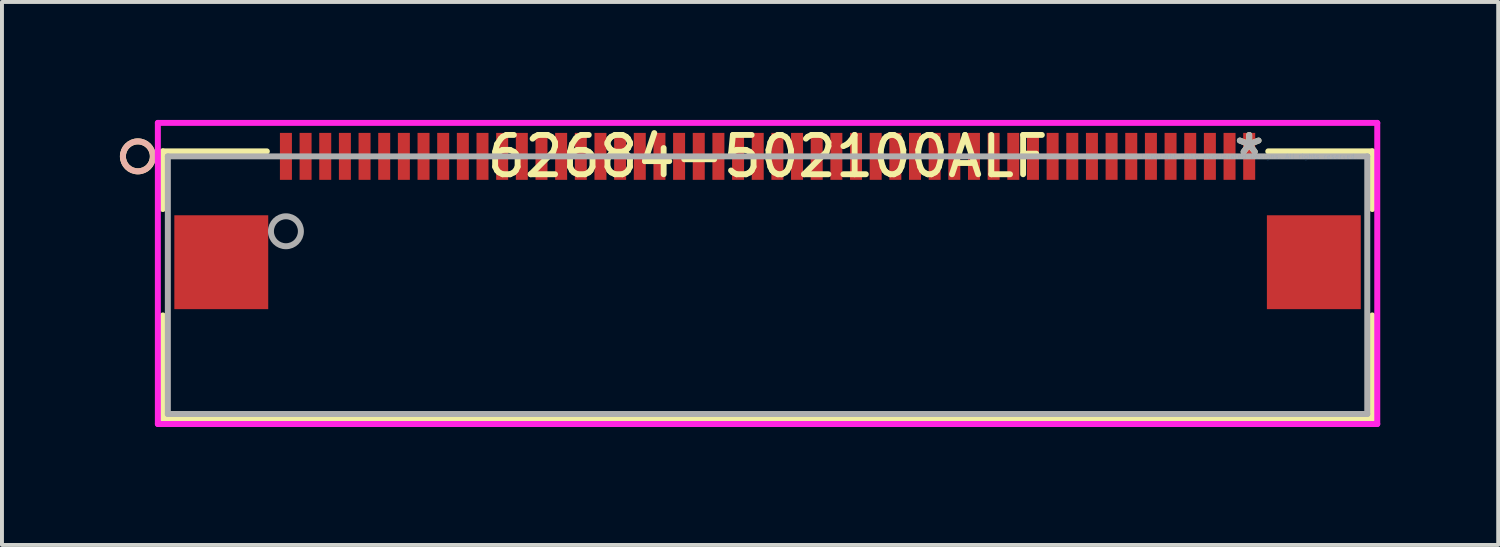
<source format=kicad_pcb>
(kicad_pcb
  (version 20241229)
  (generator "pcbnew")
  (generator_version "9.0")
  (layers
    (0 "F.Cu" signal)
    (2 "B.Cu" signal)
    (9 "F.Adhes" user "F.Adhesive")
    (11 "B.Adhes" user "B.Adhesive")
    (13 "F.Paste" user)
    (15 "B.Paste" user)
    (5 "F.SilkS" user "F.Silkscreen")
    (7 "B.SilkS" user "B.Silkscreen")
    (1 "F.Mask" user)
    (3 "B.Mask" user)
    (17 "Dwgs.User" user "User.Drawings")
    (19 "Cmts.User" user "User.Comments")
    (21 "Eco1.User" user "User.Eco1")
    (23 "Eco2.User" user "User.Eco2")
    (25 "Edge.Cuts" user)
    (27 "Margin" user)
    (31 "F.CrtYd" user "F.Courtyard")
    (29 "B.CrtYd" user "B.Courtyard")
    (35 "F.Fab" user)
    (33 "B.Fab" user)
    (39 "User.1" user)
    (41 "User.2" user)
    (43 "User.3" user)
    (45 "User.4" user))
  (footprint "62684-502100ALF"
    (layer "F.Cu")
    (at 28.722 0.927)
    (property "Reference" "62684-502100ALF" (at -12.25 0 0) (layer "F.SilkS") (effects (font (size 1 1) (thickness 0.15))))
    (attr through_hole)
    (fp_line (start -27.63 -0.127) (end -27.63 1.339) (stroke (width 0.152) (type solid)) (layer "F.SilkS"))
    (fp_line (start -27.63 4.046) (end -27.63 6.68) (stroke (width 0.152) (type solid)) (layer "F.SilkS"))
    (fp_line (start -27.63 6.68) (end 3.13 6.68) (stroke (width 0.152) (type solid)) (layer "F.SilkS"))
    (fp_line (start -24.985 -0.127) (end -27.63 -0.127) (stroke (width 0.152) (type solid)) (layer "F.SilkS"))
    (fp_line (start 3.13 -0.127) (end 0.485 -0.127) (stroke (width 0.152) (type solid)) (layer "F.SilkS"))
    (fp_line (start 3.13 1.339) (end 3.13 -0.127) (stroke (width 0.152) (type solid)) (layer "F.SilkS"))
    (fp_line (start 3.13 6.68) (end 3.13 4.046) (stroke (width 0.152) (type solid)) (layer "F.SilkS"))
    (fp_circle (center -28.265 0) (end -27.884 0) (stroke (width 0.152) (type solid)) (fill no) (layer "F.SilkS"))
    (fp_circle (center -28.265 0) (end -27.884 0) (stroke (width 0.152) (type solid)) (fill no) (layer "B.SilkS"))
    (fp_line (start -27.757 -0.851) (end -27.757 6.807) (stroke (width 0.152) (type solid)) (layer "F.CrtYd"))
    (fp_line (start -27.757 6.807) (end 3.257 6.807) (stroke (width 0.152) (type solid)) (layer "F.CrtYd"))
    (fp_line (start 3.257 -0.851) (end -27.757 -0.851) (stroke (width 0.152) (type solid)) (layer "F.CrtYd"))
    (fp_line (start 3.257 6.807) (end 3.257 -0.851) (stroke (width 0.152) (type solid)) (layer "F.CrtYd"))
    (fp_line (start -27.503 0) (end -27.503 6.553) (stroke (width 0.152) (type solid)) (layer "F.Fab"))
    (fp_line (start -27.503 6.553) (end 3.003 6.553) (stroke (width 0.152) (type solid)) (layer "F.Fab"))
    (fp_line (start 3.003 0) (end -27.503 0) (stroke (width 0.152) (type solid)) (layer "F.Fab"))
    (fp_line (start 3.003 6.553) (end 3.003 0) (stroke (width 0.152) (type solid)) (layer "F.Fab"))
    (fp_circle (center -24.5 1.905) (end -24.119 1.905) (stroke (width 0.152) (type solid)) (fill no) (layer "F.Fab"))
    (fp_text user "*" (at 0 0 0) (layer "F.SilkS") (effects (font (size 1 1) (thickness 0.15))))
    (fp_text user "Copyright 2016 Accelerated Designs. All rights reserved." (at 0 0 0) (layer "Cmts.User") (effects (font (size 0.127 0.127) (thickness 0.002))))
    (fp_text user "*" (at 0 0 0) (layer "F.Fab") (effects (font (size 1 1) (thickness 0.15))))
    (pad "1" smd rect (at -24.5 0) (size 0.305 1.194) (layers "F.Cu" "F.Mask" "F.Paste"))
    (pad "2" smd rect (at -24 0) (size 0.305 1.194) (layers "F.Cu" "F.Mask" "F.Paste"))
    (pad "3" smd rect (at -23.5 0) (size 0.305 1.194) (layers "F.Cu" "F.Mask" "F.Paste"))
    (pad "4" smd rect (at -23 0) (size 0.305 1.194) (layers "F.Cu" "F.Mask" "F.Paste"))
    (pad "5" smd rect (at -22.5 0) (size 0.305 1.194) (layers "F.Cu" "F.Mask" "F.Paste"))
    (pad "6" smd rect (at -22 0) (size 0.305 1.194) (layers "F.Cu" "F.Mask" "F.Paste"))
    (pad "7" smd rect (at -21.5 0) (size 0.305 1.194) (layers "F.Cu" "F.Mask" "F.Paste"))
    (pad "8" smd rect (at -21 0) (size 0.305 1.194) (layers "F.Cu" "F.Mask" "F.Paste"))
    (pad "9" smd rect (at -20.5 0) (size 0.305 1.194) (layers "F.Cu" "F.Mask" "F.Paste"))
    (pad "10" smd rect (at -20 0) (size 0.305 1.194) (layers "F.Cu" "F.Mask" "F.Paste"))
    (pad "11" smd rect (at -19.5 0) (size 0.305 1.194) (layers "F.Cu" "F.Mask" "F.Paste"))
    (pad "12" smd rect (at -19 0) (size 0.305 1.194) (layers "F.Cu" "F.Mask" "F.Paste"))
    (pad "13" smd rect (at -18.5 0) (size 0.305 1.194) (layers "F.Cu" "F.Mask" "F.Paste"))
    (pad "14" smd rect (at -18 0) (size 0.305 1.194) (layers "F.Cu" "F.Mask" "F.Paste"))
    (pad "15" smd rect (at -17.5 0) (size 0.305 1.194) (layers "F.Cu" "F.Mask" "F.Paste"))
    (pad "16" smd rect (at -17 0) (size 0.305 1.194) (layers "F.Cu" "F.Mask" "F.Paste"))
    (pad "17" smd rect (at -16.5 0) (size 0.305 1.194) (layers "F.Cu" "F.Mask" "F.Paste"))
    (pad "18" smd rect (at -16 0) (size 0.305 1.194) (layers "F.Cu" "F.Mask" "F.Paste"))
    (pad "19" smd rect (at -15.5 0) (size 0.305 1.194) (layers "F.Cu" "F.Mask" "F.Paste"))
    (pad "20" smd rect (at -15 0) (size 0.305 1.194) (layers "F.Cu" "F.Mask" "F.Paste"))
    (pad "21" smd rect (at -14.5 0) (size 0.305 1.194) (layers "F.Cu" "F.Mask" "F.Paste"))
    (pad "22" smd rect (at -14 0) (size 0.305 1.194) (layers "F.Cu" "F.Mask" "F.Paste"))
    (pad "23" smd rect (at -13.5 0) (size 0.305 1.194) (layers "F.Cu" "F.Mask" "F.Paste"))
    (pad "24" smd rect (at -13 0) (size 0.305 1.194) (layers "F.Cu" "F.Mask" "F.Paste"))
    (pad "25" smd rect (at -12.5 0) (size 0.305 1.194) (layers "F.Cu" "F.Mask" "F.Paste"))
    (pad "26" smd rect (at -12 0) (size 0.305 1.194) (layers "F.Cu" "F.Mask" "F.Paste"))
    (pad "27" smd rect (at -11.5 0) (size 0.305 1.194) (layers "F.Cu" "F.Mask" "F.Paste"))
    (pad "28" smd rect (at -11 0) (size 0.305 1.194) (layers "F.Cu" "F.Mask" "F.Paste"))
    (pad "29" smd rect (at -10.5 0) (size 0.305 1.194) (layers "F.Cu" "F.Mask" "F.Paste"))
    (pad "30" smd rect (at -10 0) (size 0.305 1.194) (layers "F.Cu" "F.Mask" "F.Paste"))
    (pad "31" smd rect (at -9.5 0) (size 0.305 1.194) (layers "F.Cu" "F.Mask" "F.Paste"))
    (pad "32" smd rect (at -9 0) (size 0.305 1.194) (layers "F.Cu" "F.Mask" "F.Paste"))
    (pad "33" smd rect (at -8.5 0) (size 0.305 1.194) (layers "F.Cu" "F.Mask" "F.Paste"))
    (pad "34" smd rect (at -8 0) (size 0.305 1.194) (layers "F.Cu" "F.Mask" "F.Paste"))
    (pad "35" smd rect (at -7.5 0) (size 0.305 1.194) (layers "F.Cu" "F.Mask" "F.Paste"))
    (pad "36" smd rect (at -7 0) (size 0.305 1.194) (layers "F.Cu" "F.Mask" "F.Paste"))
    (pad "37" smd rect (at -6.5 0) (size 0.305 1.194) (layers "F.Cu" "F.Mask" "F.Paste"))
    (pad "38" smd rect (at -6 0) (size 0.305 1.194) (layers "F.Cu" "F.Mask" "F.Paste"))
    (pad "39" smd rect (at -5.5 0) (size 0.305 1.194) (layers "F.Cu" "F.Mask" "F.Paste"))
    (pad "40" smd rect (at -5 0) (size 0.305 1.194) (layers "F.Cu" "F.Mask" "F.Paste"))
    (pad "41" smd rect (at -4.5 0) (size 0.305 1.194) (layers "F.Cu" "F.Mask" "F.Paste"))
    (pad "42" smd rect (at -4 0) (size 0.305 1.194) (layers "F.Cu" "F.Mask" "F.Paste"))
    (pad "43" smd rect (at -3.5 0) (size 0.305 1.194) (layers "F.Cu" "F.Mask" "F.Paste"))
    (pad "44" smd rect (at -3 0) (size 0.305 1.194) (layers "F.Cu" "F.Mask" "F.Paste"))
    (pad "45" smd rect (at -2.5 0) (size 0.305 1.194) (layers "F.Cu" "F.Mask" "F.Paste"))
    (pad "46" smd rect (at -2 0) (size 0.305 1.194) (layers "F.Cu" "F.Mask" "F.Paste"))
    (pad "47" smd rect (at -1.5 0) (size 0.305 1.194) (layers "F.Cu" "F.Mask" "F.Paste"))
    (pad "48" smd rect (at -1 0) (size 0.305 1.194) (layers "F.Cu" "F.Mask" "F.Paste"))
    (pad "49" smd rect (at -0.5 0) (size 0.305 1.194) (layers "F.Cu" "F.Mask" "F.Paste"))
    (pad "50" smd rect (at 0 0) (size 0.305 1.194) (layers "F.Cu" "F.Mask" "F.Paste"))
    (pad "51" smd rect (at -26.144 2.692 90) (size 2.388 2.388) (layers "F.Cu" "F.Mask" "F.Paste"))
    (pad "52" smd rect (at 1.644 2.692 90) (size 2.388 2.388) (layers "F.Cu" "F.Mask" "F.Paste")))
  (gr_rect
    (start -3 -3)
    (end 35.055 10.81)
    (stroke (width 0.1) (type default))
    (fill no)
    (layer "Edge.Cuts")))
</source>
